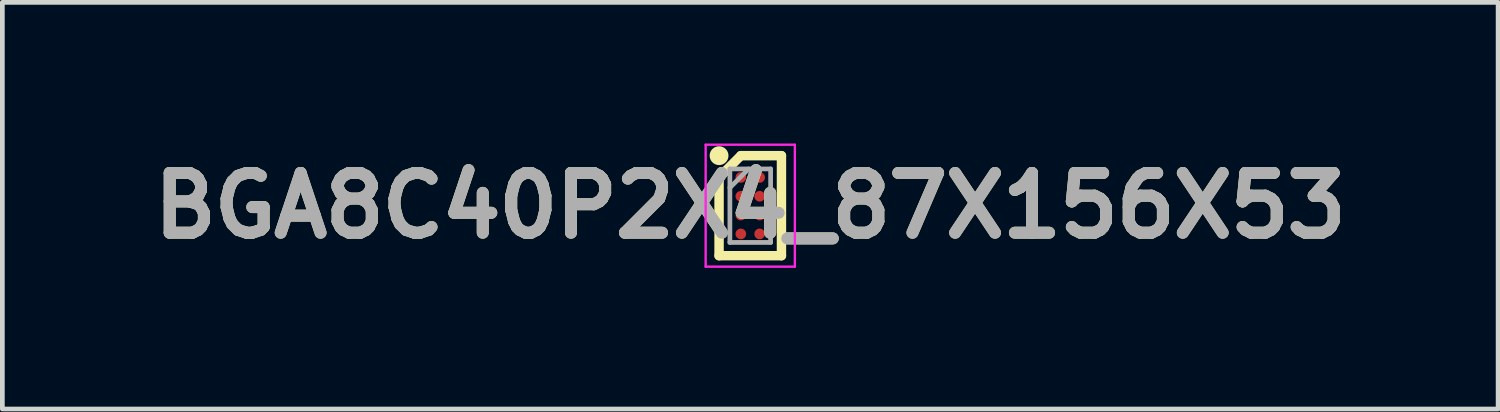
<source format=kicad_pcb>
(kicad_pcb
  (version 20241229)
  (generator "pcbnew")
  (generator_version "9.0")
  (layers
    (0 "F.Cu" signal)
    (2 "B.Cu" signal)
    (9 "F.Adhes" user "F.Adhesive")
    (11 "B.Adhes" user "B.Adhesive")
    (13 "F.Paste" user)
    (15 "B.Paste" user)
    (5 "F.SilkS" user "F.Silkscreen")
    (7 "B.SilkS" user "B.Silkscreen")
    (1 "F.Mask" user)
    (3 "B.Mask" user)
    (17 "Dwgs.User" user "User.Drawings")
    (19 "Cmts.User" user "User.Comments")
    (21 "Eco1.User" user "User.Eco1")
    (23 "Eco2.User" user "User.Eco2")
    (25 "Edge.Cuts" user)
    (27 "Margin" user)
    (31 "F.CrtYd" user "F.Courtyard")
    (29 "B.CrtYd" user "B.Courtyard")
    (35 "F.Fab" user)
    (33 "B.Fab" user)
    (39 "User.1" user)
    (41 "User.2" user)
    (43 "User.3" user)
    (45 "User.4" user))
  (footprint "BGA8C40P2X4_87X156X53"
    (layer "F.Cu")
    (at 12.894 1.321)
    (property "Reference" "BGA8C40P2X4_87X156X53" (at 0 0 0) (layer "F.SilkS") (effects (font (size 1.27 1.27) (thickness 0.254))))
    (attr smd)
    (fp_line (start -0.663 -0.6) (end -0.2 -1.063) (stroke (width 0.2) (type solid)) (layer "F.SilkS"))
    (fp_line (start -0.663 1.063) (end -0.663 -0.6) (stroke (width 0.2) (type solid)) (layer "F.SilkS"))
    (fp_line (start -0.2 -1.063) (end 0.663 -1.063) (stroke (width 0.2) (type solid)) (layer "F.SilkS"))
    (fp_line (start 0.663 -1.063) (end 0.663 1.063) (stroke (width 0.2) (type solid)) (layer "F.SilkS"))
    (fp_line (start 0.663 1.063) (end -0.663 1.063) (stroke (width 0.2) (type solid)) (layer "F.SilkS"))
    (fp_circle (center -0.663 -1.063) (end -0.663 -0.963) (stroke (width 0.2) (type solid)) (fill no) (layer "F.SilkS"))
    (fp_line (start -0.948 -1.296) (end 0.948 -1.296) (stroke (width 0.05) (type solid)) (layer "F.CrtYd"))
    (fp_line (start -0.948 1.296) (end -0.948 -1.296) (stroke (width 0.05) (type solid)) (layer "F.CrtYd"))
    (fp_line (start 0.948 -1.296) (end 0.948 1.296) (stroke (width 0.05) (type solid)) (layer "F.CrtYd"))
    (fp_line (start 0.948 1.296) (end -0.948 1.296) (stroke (width 0.05) (type solid)) (layer "F.CrtYd"))
    (fp_line (start -0.433 -0.781) (end 0.433 -0.781) (stroke (width 0.1) (type solid)) (layer "F.Fab"))
    (fp_line (start -0.433 -0.383) (end -0.035 -0.781) (stroke (width 0.1) (type solid)) (layer "F.Fab"))
    (fp_line (start -0.433 0.781) (end -0.433 -0.781) (stroke (width 0.1) (type solid)) (layer "F.Fab"))
    (fp_line (start 0.433 -0.781) (end 0.433 0.781) (stroke (width 0.1) (type solid)) (layer "F.Fab"))
    (fp_line (start 0.433 0.781) (end -0.433 0.781) (stroke (width 0.1) (type solid)) (layer "F.Fab"))
    (fp_text user "${REFERENCE}" (at 0 0 0) (layer "F.Fab") (effects (font (size 1.27 1.27) (thickness 0.254))))
    (pad "A1" smd circle (at -0.2 -0.6 90) (size 0.226 0.226) (layers "F.Cu" "F.Mask" "F.Paste"))
    (pad "A2" smd circle (at 0.2 -0.6 90) (size 0.226 0.226) (layers "F.Cu" "F.Mask" "F.Paste"))
    (pad "B1" smd circle (at -0.2 -0.2 90) (size 0.226 0.226) (layers "F.Cu" "F.Mask" "F.Paste"))
    (pad "B2" smd circle (at 0.2 -0.2 90) (size 0.226 0.226) (layers "F.Cu" "F.Mask" "F.Paste"))
    (pad "C1" smd circle (at -0.2 0.2 90) (size 0.226 0.226) (layers "F.Cu" "F.Mask" "F.Paste"))
    (pad "C2" smd circle (at 0.2 0.2 90) (size 0.226 0.226) (layers "F.Cu" "F.Mask" "F.Paste"))
    (pad "D1" smd circle (at -0.2 0.6 90) (size 0.226 0.226) (layers "F.Cu" "F.Mask" "F.Paste"))
    (pad "D2" smd circle (at 0.2 0.6 90) (size 0.226 0.226) (layers "F.Cu" "F.Mask" "F.Paste")))
  (gr_rect
    (start -3 -3)
    (end 28.787 5.642)
    (stroke (width 0.1) (type default))
    (fill no)
    (layer "Edge.Cuts")))
</source>
